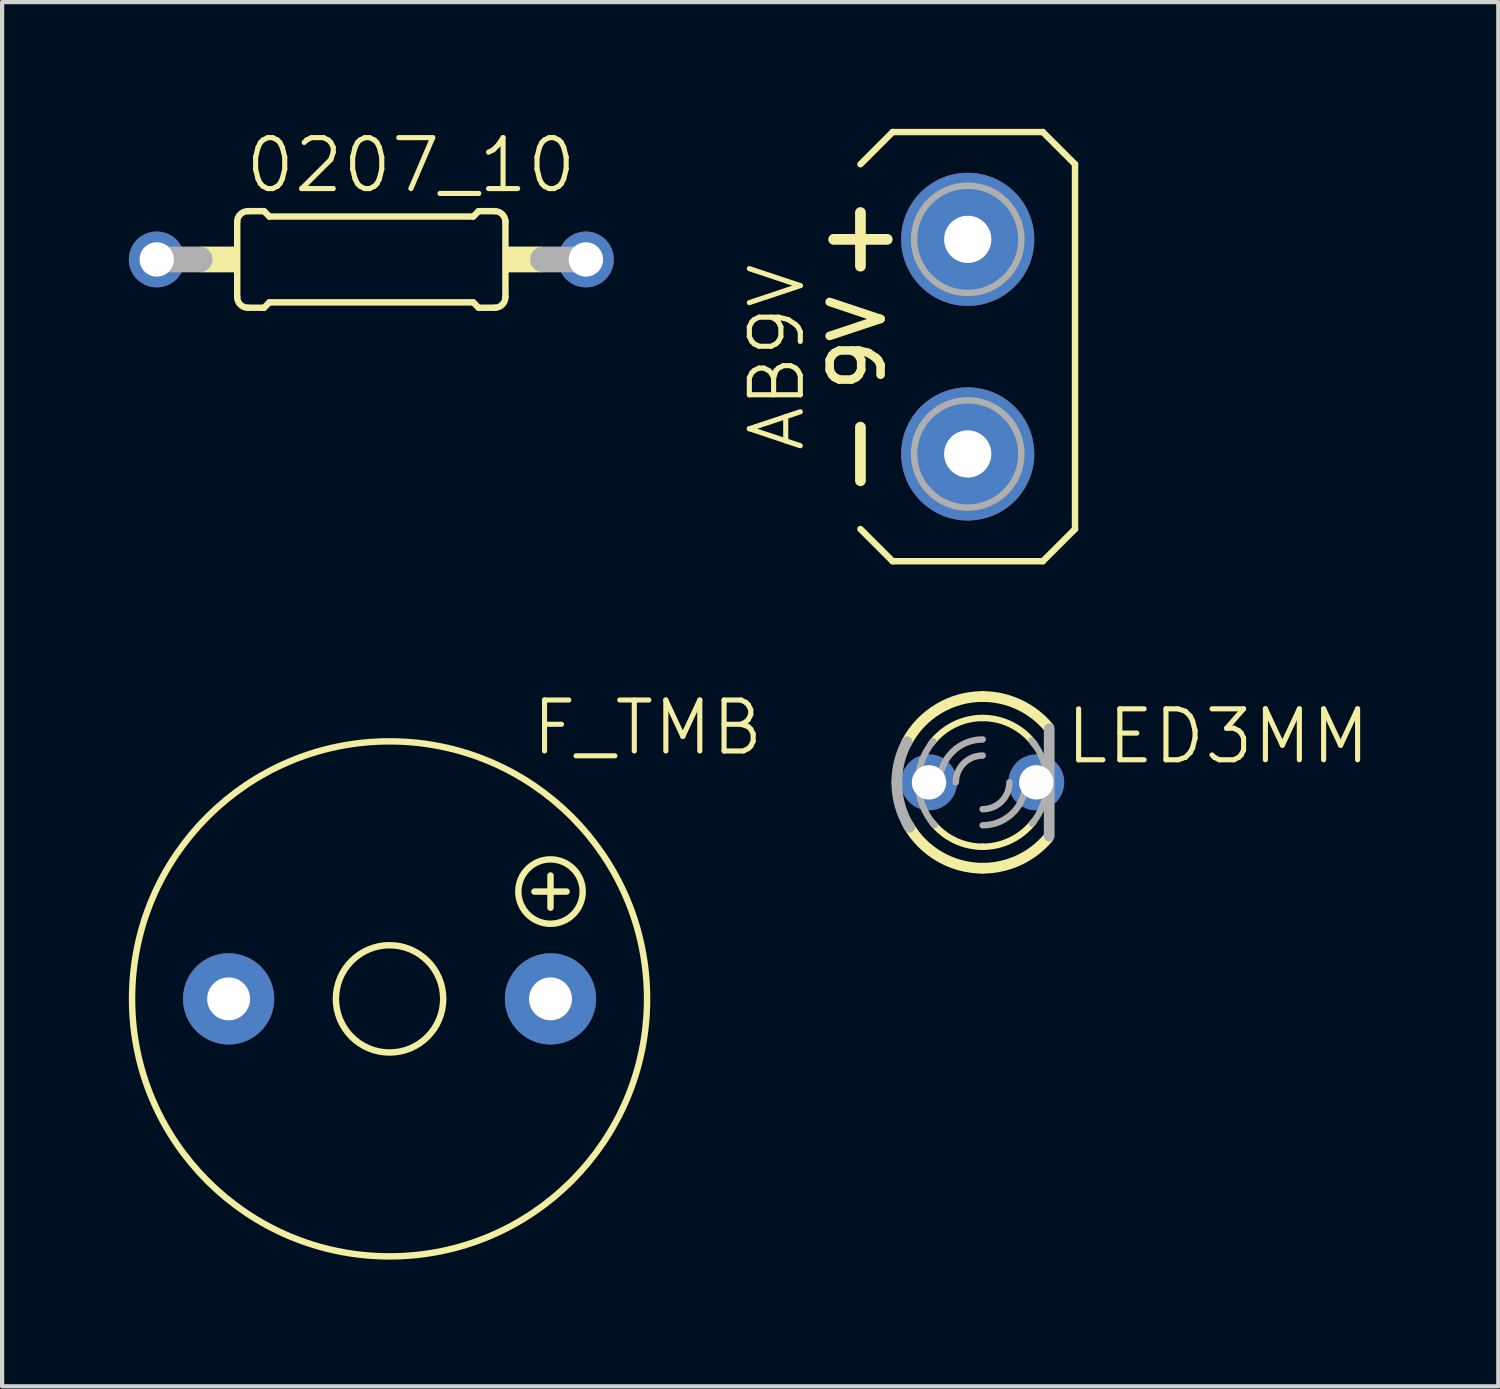
<source format=kicad_pcb>
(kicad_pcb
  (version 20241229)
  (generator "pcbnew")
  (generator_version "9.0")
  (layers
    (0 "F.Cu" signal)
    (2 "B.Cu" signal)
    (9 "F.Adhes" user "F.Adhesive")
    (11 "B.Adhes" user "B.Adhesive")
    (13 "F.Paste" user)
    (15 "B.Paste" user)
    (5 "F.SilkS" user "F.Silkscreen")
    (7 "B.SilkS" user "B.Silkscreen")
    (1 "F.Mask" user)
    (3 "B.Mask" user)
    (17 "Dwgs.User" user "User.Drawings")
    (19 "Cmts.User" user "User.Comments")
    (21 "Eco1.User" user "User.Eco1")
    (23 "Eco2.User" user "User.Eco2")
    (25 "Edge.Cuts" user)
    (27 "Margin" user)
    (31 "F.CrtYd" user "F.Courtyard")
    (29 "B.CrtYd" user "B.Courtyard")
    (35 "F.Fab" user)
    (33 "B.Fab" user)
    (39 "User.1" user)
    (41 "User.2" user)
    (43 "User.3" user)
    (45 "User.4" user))
  (footprint "0207_10"
    (layer "F.Cu")
    (at 5.74 3.092)
    (property "Reference" "0207_10" (at -3.048 -1.524 180) (layer "F.SilkS") (effects (font (size 1.206 1.206) (thickness 0.121)) (justify left bottom)))
    (attr through_hole)
    (fp_line (start -3.175 0.889) (end -3.175 -0.889) (stroke (width 0.152) (type solid)) (layer "F.SilkS"))
    (fp_line (start -2.921 -1.143) (end -2.54 -1.143) (stroke (width 0.152) (type solid)) (layer "F.SilkS"))
    (fp_line (start -2.921 1.143) (end -2.54 1.143) (stroke (width 0.152) (type solid)) (layer "F.SilkS"))
    (fp_line (start -2.413 -1.016) (end -2.54 -1.143) (stroke (width 0.152) (type solid)) (layer "F.SilkS"))
    (fp_line (start -2.413 1.016) (end -2.54 1.143) (stroke (width 0.152) (type solid)) (layer "F.SilkS"))
    (fp_line (start 2.413 -1.016) (end -2.413 -1.016) (stroke (width 0.152) (type solid)) (layer "F.SilkS"))
    (fp_line (start 2.413 -1.016) (end 2.54 -1.143) (stroke (width 0.152) (type solid)) (layer "F.SilkS"))
    (fp_line (start 2.413 1.016) (end -2.413 1.016) (stroke (width 0.152) (type solid)) (layer "F.SilkS"))
    (fp_line (start 2.413 1.016) (end 2.54 1.143) (stroke (width 0.152) (type solid)) (layer "F.SilkS"))
    (fp_line (start 2.921 -1.143) (end 2.54 -1.143) (stroke (width 0.152) (type solid)) (layer "F.SilkS"))
    (fp_line (start 2.921 1.143) (end 2.54 1.143) (stroke (width 0.152) (type solid)) (layer "F.SilkS"))
    (fp_line (start 3.175 0.889) (end 3.175 -0.889) (stroke (width 0.152) (type solid)) (layer "F.SilkS"))
    (fp_arc (start -3.175 -0.889) (mid -3.100605 -1.068605) (end -2.921 -1.143) (stroke (width 0.1524) (type solid)) (layer "F.SilkS"))
    (fp_arc (start -2.921 1.143) (mid -3.100605 1.068605) (end -3.175 0.889) (stroke (width 0.1524) (type solid)) (layer "F.SilkS"))
    (fp_arc (start 2.921 -1.143) (mid 3.100605 -1.068605) (end 3.175 -0.889) (stroke (width 0.1524) (type solid)) (layer "F.SilkS"))
    (fp_arc (start 3.175 0.889) (mid 3.100605 1.068605) (end 2.921 1.143) (stroke (width 0.1524) (type solid)) (layer "F.SilkS"))
    (fp_poly (pts (xy -4.039 0.305) (xy -3.175 0.305) (xy -3.175 -0.305) (xy -4.039 -0.305)) (stroke (width 0) (type solid)) (fill yes) (layer "F.SilkS"))
    (fp_poly (pts (xy 3.175 0.305) (xy 4.039 0.305) (xy 4.039 -0.305) (xy 3.175 -0.305)) (stroke (width 0) (type solid)) (fill yes) (layer "F.SilkS"))
    (fp_line (start -5.08 0) (end -4.064 0) (stroke (width 0.61) (type solid)) (layer "F.Fab"))
    (fp_line (start 5.08 0) (end 4.064 0) (stroke (width 0.61) (type solid)) (layer "F.Fab"))
    (pad "1" thru_hole circle (at -5.08 0) (size 1.321 1.321) (drill 0.813) (layers "*.Cu" "*.Mask"))
    (pad "2" thru_hole circle (at 5.08 0) (size 1.321 1.321) (drill 0.813) (layers "*.Cu" "*.Mask")))
  (footprint "F_TMB"
    (layer "F.Cu")
    (at 6.172 20.596)
    (property "Reference" "F_TMB" (at 3.302 -5.715 0) (layer "F.SilkS") (effects (font (size 1.206 1.206) (thickness 0.121)) (justify left bottom)))
    (attr through_hole)
    (fp_line (start 3.429 -2.54) (end 4.191 -2.54) (stroke (width 0.152) (type solid)) (layer "F.SilkS"))
    (fp_line (start 3.81 -2.159) (end 3.81 -2.921) (stroke (width 0.152) (type solid)) (layer "F.SilkS"))
    (fp_circle (center 0 0) (end 1.27 0) (stroke (width 0.152) (type solid)) (fill no) (layer "F.SilkS"))
    (fp_circle (center 0 0) (end 6.096 0) (stroke (width 0.152) (type solid)) (fill no) (layer "F.SilkS"))
    (fp_circle (center 3.81 -2.54) (end 4.572 -2.54) (stroke (width 0.152) (type solid)) (fill no) (layer "F.SilkS"))
    (pad "+" thru_hole circle (at 3.81 0) (size 2.159 2.159) (drill 1.016) (layers "*.Cu" "*.Mask"))
    (pad "-" thru_hole circle (at -3.81 0) (size 2.159 2.159) (drill 1.016) (layers "*.Cu" "*.Mask")))
  (footprint "LED3MM"
    (layer "F.Cu")
    (at 20.212 15.471)
    (property "Reference" "LED3MM" (at 1.905 -0.381 180) (layer "F.SilkS") (effects (font (size 1.206 1.206) (thickness 0.121)) (justify left bottom)))
    (attr through_hole)
    (fp_arc (start -1.7929 -0.9562) (mid -1.045438 -1.7424) (end 0 -2.032) (stroke (width 0.254) (type solid)) (layer "F.SilkS"))
    (fp_arc (start -1.2192 -0.9144) (mid -0.681554 -1.363107) (end 0 -1.524) (stroke (width 0.1524) (type solid)) (layer "F.SilkS"))
    (fp_arc (start 0 -2.032) (mid 0.861864 -1.840173) (end 1.561 -1.3009) (stroke (width 0.254) (type solid)) (layer "F.SilkS"))
    (fp_arc (start 0 -1.524) (mid 0.697339 -1.355082) (end 1.2401 -0.885801) (stroke (width 0.1524) (type solid)) (layer "F.SilkS"))
    (fp_arc (start 0 1.524) (mid -0.669593 1.369018) (end -1.203 0.9356) (stroke (width 0.1524) (type solid)) (layer "F.SilkS"))
    (fp_arc (start 0 2.032) (mid -1.019924 1.757525) (end -1.7643 1.0082) (stroke (width 0.254) (type solid)) (layer "F.SilkS"))
    (fp_arc (start 1.203 0.9356) (mid 0.669593 1.369018) (end 0 1.524) (stroke (width 0.1524) (type solid)) (layer "F.SilkS"))
    (fp_arc (start 1.5512 1.3126) (mid 0.854953 1.843405) (end 0 2.032) (stroke (width 0.254) (type solid)) (layer "F.SilkS"))
    (fp_line (start 1.575 1.27) (end 1.575 -1.27) (stroke (width 0.254) (type solid)) (layer "F.Fab"))
    (fp_arc (start -2.032 0) (mid -1.970339 -0.496775) (end -1.7891 -0.9634) (stroke (width 0.254) (type solid)) (layer "F.Fab"))
    (fp_arc (start -1.7306 1.065) (mid -1.95521 0.553417) (end -2.032 0) (stroke (width 0.254) (type solid)) (layer "F.Fab"))
    (fp_arc (start -1.524 0) (mid -1.432981 -0.518783) (end -1.1708 -0.9756) (stroke (width 0.1524) (type solid)) (layer "F.Fab"))
    (fp_arc (start -1.1391 1.0125) (mid -1.42454 0.5416) (end -1.524 0) (stroke (width 0.1524) (type solid)) (layer "F.Fab"))
    (fp_arc (start -1.016 0) (mid -0.71842 -0.71842) (end 0 -1.016) (stroke (width 0.1524) (type solid)) (layer "F.Fab"))
    (fp_arc (start -0.635 0) (mid -0.449013 -0.449013) (end 0 -0.635) (stroke (width 0.1524) (type solid)) (layer "F.Fab"))
    (fp_arc (start 0.635 0) (mid 0.449013 0.449013) (end 0 0.635) (stroke (width 0.1524) (type solid)) (layer "F.Fab"))
    (fp_arc (start 1.016 0) (mid 0.71842 0.71842) (end 0 1.016) (stroke (width 0.1524) (type solid)) (layer "F.Fab"))
    (fp_arc (start 1.1571 -0.9918) (mid 1.429332 -0.528744) (end 1.524 0) (stroke (width 0.1524) (type solid)) (layer "F.Fab"))
    (fp_arc (start 1.524 0) (mid 1.432981 0.518783) (end 1.1708 0.9756) (stroke (width 0.1524) (type solid)) (layer "F.Fab"))
    (pad "A" thru_hole circle (at -1.27 0) (size 1.321 1.321) (drill 0.813) (layers "*.Cu" "*.Mask"))
    (pad "K" thru_hole circle (at 1.27 0) (size 1.321 1.321) (drill 0.813) (layers "*.Cu" "*.Mask")))
  (footprint "AB9V"
    (layer "F.Cu")
    (at 19.859 5.156)
    (property "Reference" "AB9V" (at -3.81 2.54 90) (layer "F.SilkS") (effects (font (size 1.206 1.206) (thickness 0.121)) (justify left bottom)))
    (attr through_hole)
    (fp_line (start -2.54 -4.318) (end -1.778 -5.08) (stroke (width 0.152) (type solid)) (layer "F.SilkS"))
    (fp_line (start -2.54 -1.905) (end -2.54 -3.175) (stroke (width 0.254) (type solid)) (layer "F.SilkS"))
    (fp_line (start -2.54 3.175) (end -2.54 1.905) (stroke (width 0.254) (type solid)) (layer "F.SilkS"))
    (fp_line (start -2.54 4.318) (end -1.778 5.08) (stroke (width 0.152) (type solid)) (layer "F.SilkS"))
    (fp_line (start -1.905 -2.54) (end -3.175 -2.54) (stroke (width 0.254) (type solid)) (layer "F.SilkS"))
    (fp_line (start -1.778 -5.08) (end 1.778 -5.08) (stroke (width 0.152) (type solid)) (layer "F.SilkS"))
    (fp_line (start 1.778 5.08) (end -1.778 5.08) (stroke (width 0.152) (type solid)) (layer "F.SilkS"))
    (fp_line (start 1.778 5.08) (end 2.54 4.318) (stroke (width 0.152) (type solid)) (layer "F.SilkS"))
    (fp_line (start 2.54 -4.318) (end 1.778 -5.08) (stroke (width 0.152) (type solid)) (layer "F.SilkS"))
    (fp_line (start 2.54 -4.318) (end 2.54 4.318) (stroke (width 0.152) (type solid)) (layer "F.SilkS"))
    (fp_circle (center 0 -2.54) (end 1.27 -2.54) (stroke (width 0.152) (type solid)) (fill no) (layer "F.Fab"))
    (fp_circle (center 0 2.54) (end 1.27 2.54) (stroke (width 0.152) (type solid)) (fill no) (layer "F.Fab"))
    (fp_text user "9V" (at -1.905 1.143 90) (layer "F.SilkS") (effects (font (size 1.206 1.206) (thickness 0.203)) (justify left bottom)))
    (pad "+" thru_hole circle (at 0 -2.54) (size 3.15 3.15) (drill 1.118) (layers "*.Cu" "*.Mask"))
    (pad "-" thru_hole circle (at 0 2.54) (size 3.15 3.15) (drill 1.118) (layers "*.Cu" "*.Mask")))
  (gr_rect
    (start -3 -3)
    (end 32.419 29.768)
    (stroke (width 0.1) (type default))
    (fill no)
    (layer "Edge.Cuts")))
</source>
